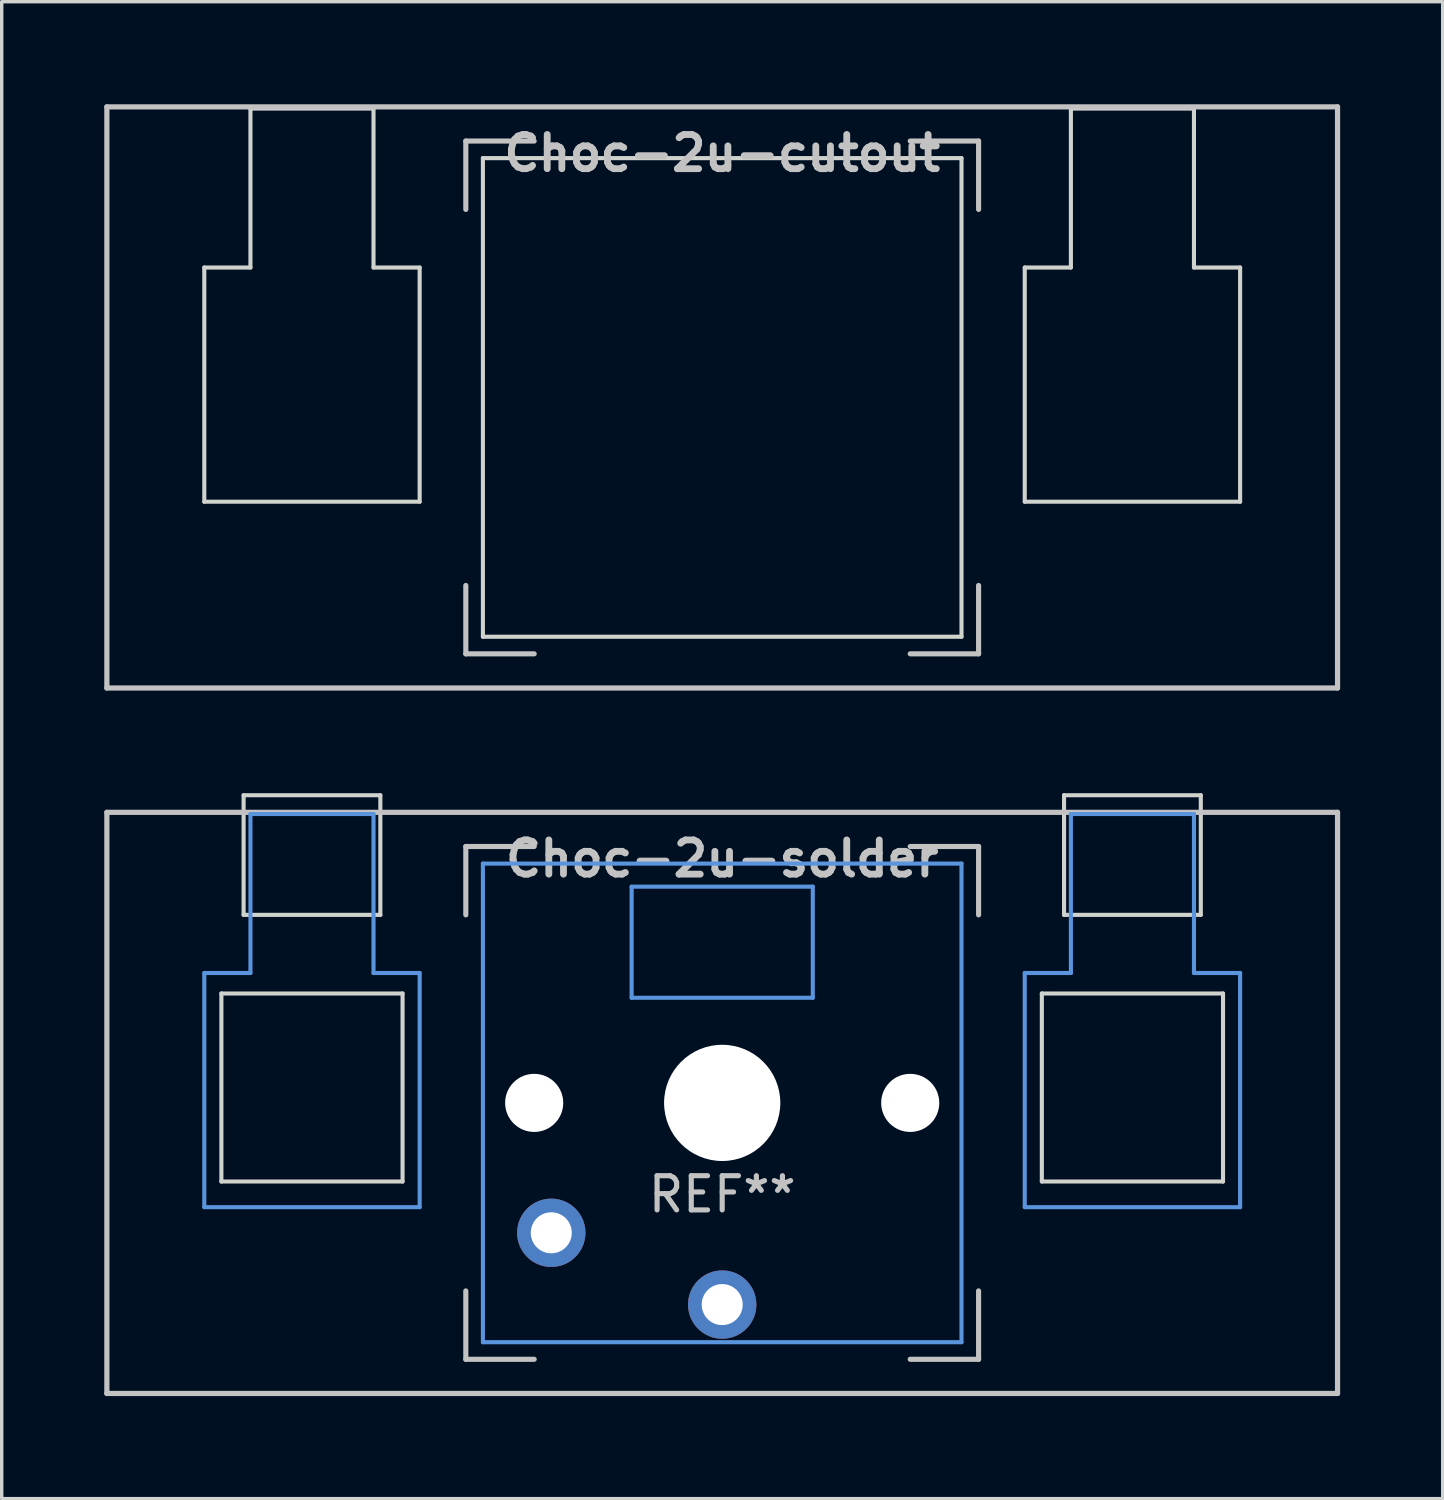
<source format=kicad_pcb>
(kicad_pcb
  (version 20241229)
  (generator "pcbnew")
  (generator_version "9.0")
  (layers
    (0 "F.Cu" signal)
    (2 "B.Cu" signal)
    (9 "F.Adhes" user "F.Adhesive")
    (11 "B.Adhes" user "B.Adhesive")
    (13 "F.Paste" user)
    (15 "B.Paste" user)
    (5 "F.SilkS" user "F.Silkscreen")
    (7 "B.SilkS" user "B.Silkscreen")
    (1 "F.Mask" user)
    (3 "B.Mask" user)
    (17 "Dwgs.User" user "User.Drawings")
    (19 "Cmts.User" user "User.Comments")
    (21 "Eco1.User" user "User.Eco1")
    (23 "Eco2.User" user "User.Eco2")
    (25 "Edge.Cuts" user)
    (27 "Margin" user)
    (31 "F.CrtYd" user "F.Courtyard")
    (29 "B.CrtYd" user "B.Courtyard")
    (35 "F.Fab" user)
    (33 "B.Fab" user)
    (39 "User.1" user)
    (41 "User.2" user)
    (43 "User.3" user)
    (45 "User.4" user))
  (footprint "Choc-2u-solder"
    (layer "F.Cu")
    (at 18.076 29.212)
    (property "Reference" "Choc-2u-solder" (at 0 -7.144 180) (layer "Dwgs.User") (effects (font (size 1 1) (thickness 0.2))))
    (attr through_hole)
    (fp_line (start -18 -8.5) (end 18 -8.5) (stroke (width 0.152) (type solid)) (layer "Dwgs.User"))
    (fp_line (start -18 8.5) (end -18 -8.5) (stroke (width 0.152) (type solid)) (layer "Dwgs.User"))
    (fp_line (start -7.5 -7.5) (end -7.5 -5.5) (stroke (width 0.15) (type solid)) (layer "Dwgs.User"))
    (fp_line (start -7.5 7.5) (end -7.5 5.5) (stroke (width 0.15) (type solid)) (layer "Dwgs.User"))
    (fp_line (start -5.5 -7.5) (end -7.5 -7.5) (stroke (width 0.15) (type solid)) (layer "Dwgs.User"))
    (fp_line (start -5.5 7.5) (end -7.5 7.5) (stroke (width 0.15) (type solid)) (layer "Dwgs.User"))
    (fp_line (start 5.5 -7.5) (end 7.5 -7.5) (stroke (width 0.15) (type solid)) (layer "Dwgs.User"))
    (fp_line (start 5.5 7.5) (end 7.5 7.5) (stroke (width 0.15) (type solid)) (layer "Dwgs.User"))
    (fp_line (start 7.5 -7.5) (end 7.5 -5.5) (stroke (width 0.15) (type solid)) (layer "Dwgs.User"))
    (fp_line (start 7.5 7.5) (end 7.5 5.5) (stroke (width 0.15) (type solid)) (layer "Dwgs.User"))
    (fp_line (start 18 -8.5) (end 18 8.5) (stroke (width 0.152) (type solid)) (layer "Dwgs.User"))
    (fp_line (start 18 8.5) (end -18 8.5) (stroke (width 0.152) (type solid)) (layer "Dwgs.User"))
    (fp_line (start -15.15 -3.8) (end -13.8 -3.8) (stroke (width 0.12) (type solid)) (layer "Cmts.User"))
    (fp_line (start -15.15 3.05) (end -15.15 -3.8) (stroke (width 0.12) (type solid)) (layer "Cmts.User"))
    (fp_line (start -15.15 3.05) (end -8.85 3.05) (stroke (width 0.12) (type solid)) (layer "Cmts.User"))
    (fp_line (start -13.8 -8.45) (end -13.8 -3.8) (stroke (width 0.12) (type solid)) (layer "Cmts.User"))
    (fp_line (start -13.8 -8.45) (end -10.2 -8.45) (stroke (width 0.12) (type solid)) (layer "Cmts.User"))
    (fp_line (start -10.2 -8.45) (end -10.2 -3.8) (stroke (width 0.12) (type solid)) (layer "Cmts.User"))
    (fp_line (start -10.2 -3.8) (end -8.85 -3.8) (stroke (width 0.12) (type solid)) (layer "Cmts.User"))
    (fp_line (start -8.85 3.05) (end -8.85 -3.8) (stroke (width 0.12) (type solid)) (layer "Cmts.User"))
    (fp_line (start -7 -7) (end -7 7) (stroke (width 0.12) (type solid)) (layer "Cmts.User"))
    (fp_line (start -7 7) (end 7 7) (stroke (width 0.12) (type solid)) (layer "Cmts.User"))
    (fp_line (start -2.65 -6.325) (end 2.65 -6.325) (stroke (width 0.12) (type solid)) (layer "Cmts.User"))
    (fp_line (start -2.65 -3.075) (end -2.65 -6.325) (stroke (width 0.12) (type solid)) (layer "Cmts.User"))
    (fp_line (start 2.65 -6.325) (end 2.65 -3.075) (stroke (width 0.12) (type solid)) (layer "Cmts.User"))
    (fp_line (start 2.65 -3.075) (end -2.65 -3.075) (stroke (width 0.12) (type solid)) (layer "Cmts.User"))
    (fp_line (start 7 -7) (end -7 -7) (stroke (width 0.12) (type solid)) (layer "Cmts.User"))
    (fp_line (start 7 7) (end 7 -7) (stroke (width 0.12) (type solid)) (layer "Cmts.User"))
    (fp_line (start 8.85 -3.8) (end 10.2 -3.8) (stroke (width 0.12) (type solid)) (layer "Cmts.User"))
    (fp_line (start 8.85 3.05) (end 8.85 -3.8) (stroke (width 0.12) (type solid)) (layer "Cmts.User"))
    (fp_line (start 8.85 3.05) (end 15.15 3.05) (stroke (width 0.12) (type solid)) (layer "Cmts.User"))
    (fp_line (start 10.2 -8.45) (end 10.2 -3.8) (stroke (width 0.12) (type solid)) (layer "Cmts.User"))
    (fp_line (start 10.2 -8.45) (end 13.8 -8.45) (stroke (width 0.12) (type solid)) (layer "Cmts.User"))
    (fp_line (start 13.8 -8.45) (end 13.8 -3.8) (stroke (width 0.12) (type solid)) (layer "Cmts.User"))
    (fp_line (start 13.8 -3.8) (end 15.15 -3.8) (stroke (width 0.12) (type solid)) (layer "Cmts.User"))
    (fp_line (start 15.15 3.05) (end 15.15 -3.8) (stroke (width 0.12) (type solid)) (layer "Cmts.User"))
    (fp_line (start -14.65 -3.2) (end -14.65 2.3) (stroke (width 0.12) (type solid)) (layer "Edge.Cuts"))
    (fp_line (start -14.65 -3.2) (end -9.35 -3.2) (stroke (width 0.12) (type solid)) (layer "Edge.Cuts"))
    (fp_line (start -14.65 2.3) (end -9.35 2.3) (stroke (width 0.12) (type solid)) (layer "Edge.Cuts"))
    (fp_line (start -14 -9) (end -14 -5.5) (stroke (width 0.12) (type solid)) (layer "Edge.Cuts"))
    (fp_line (start -14 -9) (end -10 -9) (stroke (width 0.12) (type solid)) (layer "Edge.Cuts"))
    (fp_line (start -14 -5.5) (end -10 -5.5) (stroke (width 0.12) (type solid)) (layer "Edge.Cuts"))
    (fp_line (start -10 -5.5) (end -10 -9) (stroke (width 0.12) (type solid)) (layer "Edge.Cuts"))
    (fp_line (start -9.35 2.3) (end -9.35 -3.2) (stroke (width 0.12) (type solid)) (layer "Edge.Cuts"))
    (fp_line (start 9.35 -3.2) (end 9.35 2.3) (stroke (width 0.12) (type solid)) (layer "Edge.Cuts"))
    (fp_line (start 9.35 -3.2) (end 14.65 -3.2) (stroke (width 0.12) (type solid)) (layer "Edge.Cuts"))
    (fp_line (start 9.35 2.3) (end 14.65 2.3) (stroke (width 0.12) (type solid)) (layer "Edge.Cuts"))
    (fp_line (start 10 -9) (end 10 -5.5) (stroke (width 0.12) (type solid)) (layer "Edge.Cuts"))
    (fp_line (start 10 -9) (end 14 -9) (stroke (width 0.12) (type solid)) (layer "Edge.Cuts"))
    (fp_line (start 10 -5.5) (end 14 -5.5) (stroke (width 0.12) (type solid)) (layer "Edge.Cuts"))
    (fp_line (start 14 -5.5) (end 14 -9) (stroke (width 0.12) (type solid)) (layer "Edge.Cuts"))
    (fp_line (start 14.65 2.3) (end 14.65 -3.2) (stroke (width 0.12) (type solid)) (layer "Edge.Cuts"))
    (fp_text user "REF**" (at 0 2.675 0) (layer "Dwgs.User") (effects (font (size 1 1) (thickness 0.15))))
    (pad "" np_thru_hole circle (at -5.5 0 180) (size 1.7 1.7) (drill 1.7) (layers "*.Cu" "*.Mask"))
    (pad "" np_thru_hole circle (at 0 0 90) (size 3.4 3.4) (drill 3.4) (layers "*.Cu" "*.Mask"))
    (pad "" np_thru_hole circle (at 5.5 0 180) (size 1.7 1.7) (drill 1.7) (layers "*.Cu" "*.Mask"))
    (pad "1" thru_hole circle (at 0 5.9 180) (size 2 2) (drill 1.2) (layers "*.Cu" "*.Mask"))
    (pad "2" thru_hole circle (at -5 3.8 41.9) (size 2 2) (drill 1.2) (layers "*.Cu" "*.Mask")))
  (footprint "Choc-2u-cutout"
    (layer "F.Cu")
    (at 18.076 8.576)
    (property "Reference" "Choc-2u-cutout" (at 0 -7.144 180) (layer "Dwgs.User") (effects (font (size 1 1) (thickness 0.2))))
    (fp_line (start -18 -8.5) (end 18 -8.5) (stroke (width 0.152) (type solid)) (layer "Dwgs.User"))
    (fp_line (start -18 8.5) (end -18 -8.5) (stroke (width 0.152) (type solid)) (layer "Dwgs.User"))
    (fp_line (start -7.5 -7.5) (end -7.5 -5.5) (stroke (width 0.15) (type solid)) (layer "Dwgs.User"))
    (fp_line (start -7.5 7.5) (end -7.5 5.5) (stroke (width 0.15) (type solid)) (layer "Dwgs.User"))
    (fp_line (start -5.5 -7.5) (end -7.5 -7.5) (stroke (width 0.15) (type solid)) (layer "Dwgs.User"))
    (fp_line (start -5.5 7.5) (end -7.5 7.5) (stroke (width 0.15) (type solid)) (layer "Dwgs.User"))
    (fp_line (start 5.5 -7.5) (end 7.5 -7.5) (stroke (width 0.15) (type solid)) (layer "Dwgs.User"))
    (fp_line (start 5.5 7.5) (end 7.5 7.5) (stroke (width 0.15) (type solid)) (layer "Dwgs.User"))
    (fp_line (start 7.5 -7.5) (end 7.5 -5.5) (stroke (width 0.15) (type solid)) (layer "Dwgs.User"))
    (fp_line (start 7.5 7.5) (end 7.5 5.5) (stroke (width 0.15) (type solid)) (layer "Dwgs.User"))
    (fp_line (start 18 -8.5) (end 18 8.5) (stroke (width 0.152) (type solid)) (layer "Dwgs.User"))
    (fp_line (start 18 8.5) (end -18 8.5) (stroke (width 0.152) (type solid)) (layer "Dwgs.User"))
    (fp_line (start -15.15 -3.8) (end -13.8 -3.8) (stroke (width 0.12) (type solid)) (layer "Edge.Cuts"))
    (fp_line (start -15.15 3.05) (end -15.15 -3.8) (stroke (width 0.12) (type solid)) (layer "Edge.Cuts"))
    (fp_line (start -15.15 3.05) (end -8.85 3.05) (stroke (width 0.12) (type solid)) (layer "Edge.Cuts"))
    (fp_line (start -13.8 -8.45) (end -13.8 -3.8) (stroke (width 0.12) (type solid)) (layer "Edge.Cuts"))
    (fp_line (start -13.8 -8.45) (end -10.2 -8.45) (stroke (width 0.12) (type solid)) (layer "Edge.Cuts"))
    (fp_line (start -10.2 -8.45) (end -10.2 -3.8) (stroke (width 0.12) (type solid)) (layer "Edge.Cuts"))
    (fp_line (start -10.2 -3.8) (end -8.85 -3.8) (stroke (width 0.12) (type solid)) (layer "Edge.Cuts"))
    (fp_line (start -8.85 3.05) (end -8.85 -3.8) (stroke (width 0.12) (type solid)) (layer "Edge.Cuts"))
    (fp_line (start -7 -7) (end -7 7) (stroke (width 0.12) (type solid)) (layer "Edge.Cuts"))
    (fp_line (start -7 7) (end 7 7) (stroke (width 0.12) (type solid)) (layer "Edge.Cuts"))
    (fp_line (start 7 -7) (end -7 -7) (stroke (width 0.12) (type solid)) (layer "Edge.Cuts"))
    (fp_line (start 7 7) (end 7 -7) (stroke (width 0.12) (type solid)) (layer "Edge.Cuts"))
    (fp_line (start 8.85 -3.8) (end 10.2 -3.8) (stroke (width 0.12) (type solid)) (layer "Edge.Cuts"))
    (fp_line (start 8.85 3.05) (end 8.85 -3.8) (stroke (width 0.12) (type solid)) (layer "Edge.Cuts"))
    (fp_line (start 8.85 3.05) (end 15.15 3.05) (stroke (width 0.12) (type solid)) (layer "Edge.Cuts"))
    (fp_line (start 10.2 -8.45) (end 10.2 -3.8) (stroke (width 0.12) (type solid)) (layer "Edge.Cuts"))
    (fp_line (start 10.2 -8.45) (end 13.8 -8.45) (stroke (width 0.12) (type solid)) (layer "Edge.Cuts"))
    (fp_line (start 13.8 -8.45) (end 13.8 -3.8) (stroke (width 0.12) (type solid)) (layer "Edge.Cuts"))
    (fp_line (start 13.8 -3.8) (end 15.15 -3.8) (stroke (width 0.12) (type solid)) (layer "Edge.Cuts"))
    (fp_line (start 15.15 3.05) (end 15.15 -3.8) (stroke (width 0.12) (type solid)) (layer "Edge.Cuts")))
  (gr_rect
    (start -3 -3)
    (end 39.152 40.789)
    (stroke (width 0.1) (type default))
    (fill no)
    (layer "Edge.Cuts")))
</source>
